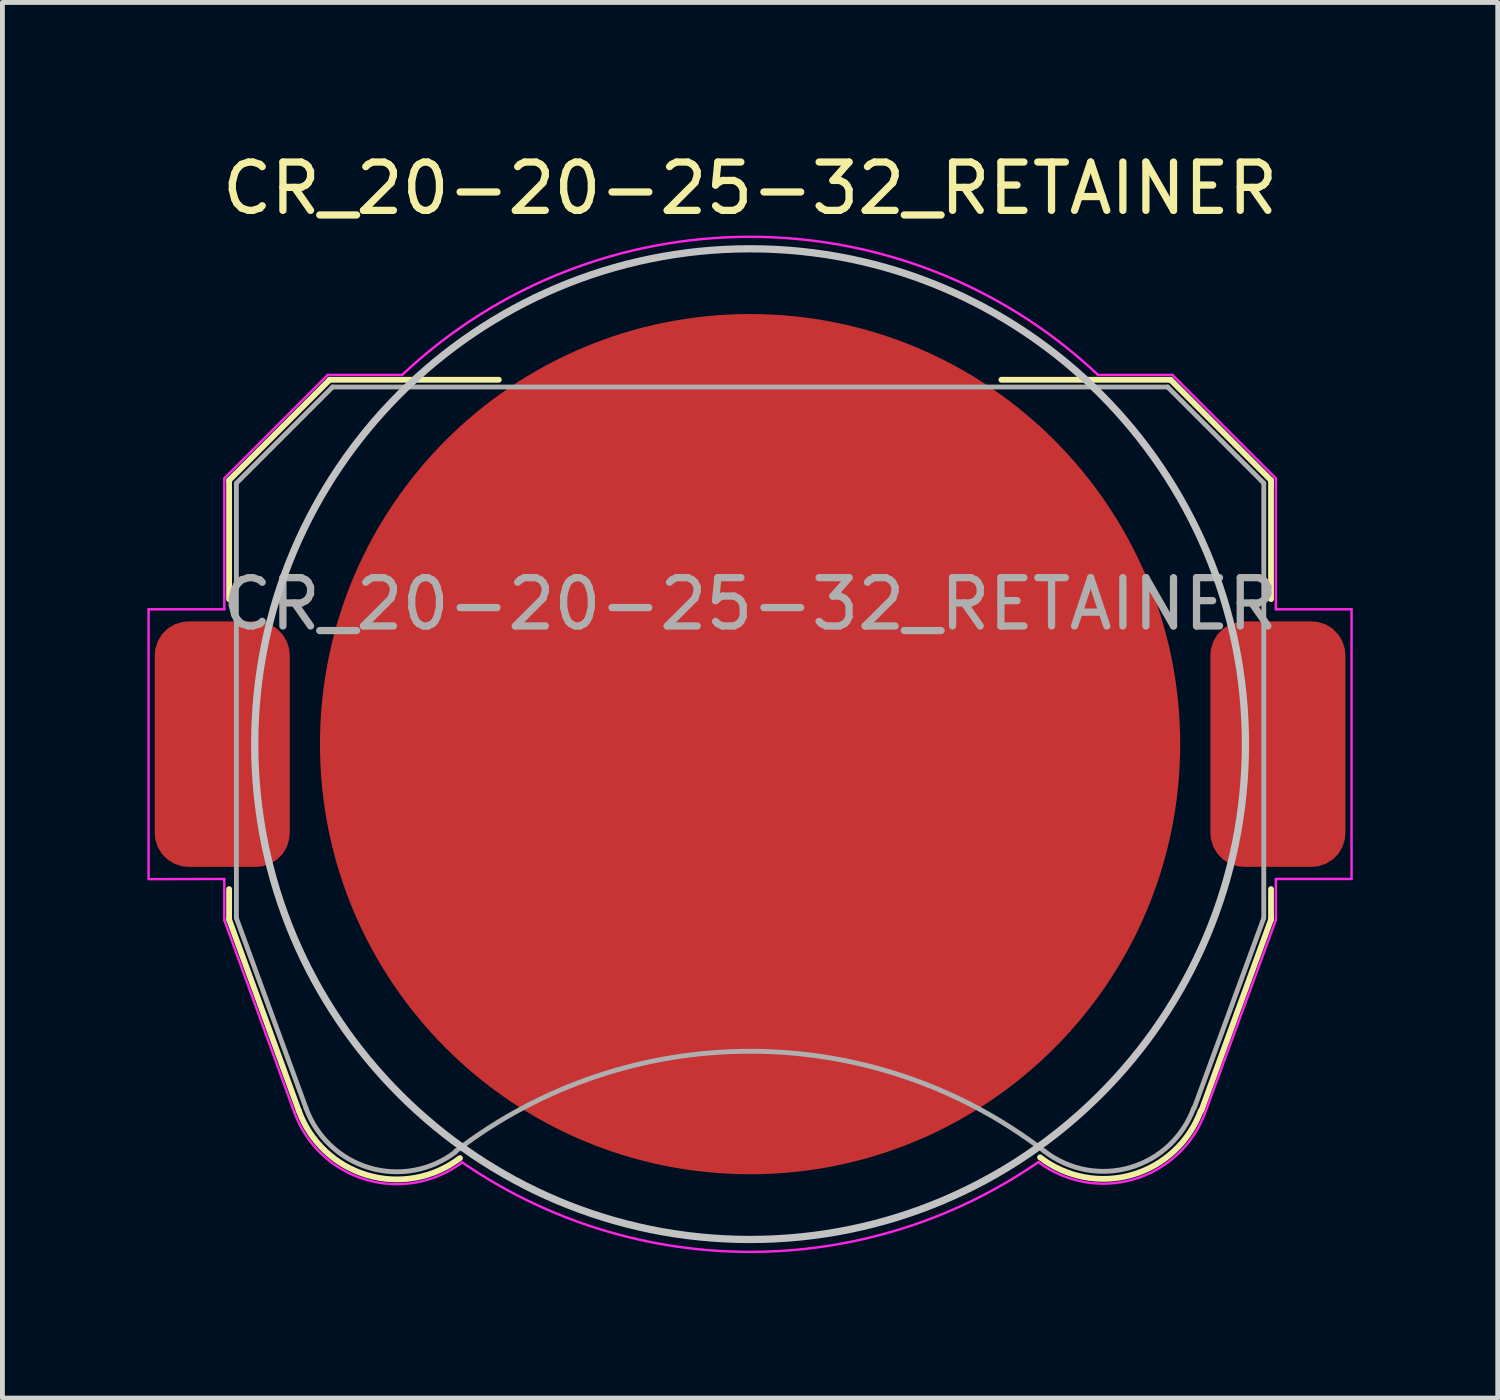
<source format=kicad_pcb>
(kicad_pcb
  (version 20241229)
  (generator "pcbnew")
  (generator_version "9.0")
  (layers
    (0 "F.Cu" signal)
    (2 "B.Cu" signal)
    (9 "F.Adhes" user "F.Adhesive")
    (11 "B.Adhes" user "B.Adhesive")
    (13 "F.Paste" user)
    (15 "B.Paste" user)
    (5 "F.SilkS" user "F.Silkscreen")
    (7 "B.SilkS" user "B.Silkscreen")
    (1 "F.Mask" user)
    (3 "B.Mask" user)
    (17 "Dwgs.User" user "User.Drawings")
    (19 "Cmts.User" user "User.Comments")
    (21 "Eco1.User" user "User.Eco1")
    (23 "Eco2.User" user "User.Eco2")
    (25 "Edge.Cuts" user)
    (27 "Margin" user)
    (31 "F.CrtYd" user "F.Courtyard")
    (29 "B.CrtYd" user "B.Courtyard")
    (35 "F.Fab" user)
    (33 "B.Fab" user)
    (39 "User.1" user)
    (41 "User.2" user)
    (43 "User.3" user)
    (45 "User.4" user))
  (footprint "CR_20-20-25-32_RETAINER"
    (layer "F.Cu")
    (at 12.471 12.348)
    (property "Reference" "CR_20-20-25-32_RETAINER" (at 0 -11.5 0) (layer "F.SilkS") (effects (font (size 1 1) (thickness 0.15))))
    (attr smd)
    (fp_line (start -10.78 -5.46) (end -10.78 -3) (stroke (width 0.12) (type solid)) (layer "F.SilkS"))
    (fp_line (start -10.78 3) (end -10.78 3.63) (stroke (width 0.12) (type solid)) (layer "F.SilkS"))
    (fp_line (start -10.78 3.63) (end -9.34 7.58) (stroke (width 0.12) (type solid)) (layer "F.SilkS"))
    (fp_line (start -8.7 -7.54) (end -10.78 -5.46) (stroke (width 0.12) (type solid)) (layer "F.SilkS"))
    (fp_line (start -5.2 -7.54) (end -8.7 -7.54) (stroke (width 0.12) (type solid)) (layer "F.SilkS"))
    (fp_line (start 8.7 -7.54) (end 5.2 -7.54) (stroke (width 0.12) (type solid)) (layer "F.SilkS"))
    (fp_line (start 8.7 -7.54) (end 10.78 -5.46) (stroke (width 0.12) (type solid)) (layer "F.SilkS"))
    (fp_line (start 10.78 -5.46) (end 10.78 -3) (stroke (width 0.12) (type solid)) (layer "F.SilkS"))
    (fp_line (start 10.78 3) (end 10.78 3.63) (stroke (width 0.12) (type solid)) (layer "F.SilkS"))
    (fp_line (start 10.78 3.63) (end 9.34 7.58) (stroke (width 0.12) (type solid)) (layer "F.SilkS"))
    (fp_arc (start -6.003354 8.56653) (mid -7.921654 8.918738) (end -9.34 7.58) (stroke (width 0.12) (type solid)) (layer "F.SilkS"))
    (fp_arc (start 9.325243 7.588169) (mid 7.90634 8.911668) (end 6 8.55) (stroke (width 0.12) (type solid)) (layer "F.SilkS"))
    (fp_circle (center 0 0) (end 0 10.25) (stroke (width 0.15) (type solid)) (fill no) (layer "Dwgs.User"))
    (fp_line (start -12.446 -2.794) (end -12.446 2.786) (stroke (width 0.05) (type solid)) (layer "F.CrtYd"))
    (fp_line (start -12.446 2.794) (end -10.88 2.79) (stroke (width 0.05) (type solid)) (layer "F.CrtYd"))
    (fp_line (start -10.88 -5.5) (end -10.88 -2.79) (stroke (width 0.05) (type solid)) (layer "F.CrtYd"))
    (fp_line (start -10.88 -2.79) (end -12.446 -2.79) (stroke (width 0.05) (type solid)) (layer "F.CrtYd"))
    (fp_line (start -10.88 2.79) (end -10.88 3.64) (stroke (width 0.05) (type solid)) (layer "F.CrtYd"))
    (fp_line (start -10.88 3.64) (end -9.43 7.62) (stroke (width 0.05) (type solid)) (layer "F.CrtYd"))
    (fp_line (start -8.74 -7.64) (end -10.88 -5.5) (stroke (width 0.05) (type solid)) (layer "F.CrtYd"))
    (fp_line (start -7.2 -7.64) (end -8.74 -7.64) (stroke (width 0.05) (type solid)) (layer "F.CrtYd"))
    (fp_line (start 8.74 -7.64) (end 7.2 -7.64) (stroke (width 0.05) (type solid)) (layer "F.CrtYd"))
    (fp_line (start 9.411 7.643) (end 10.88 3.64) (stroke (width 0.05) (type solid)) (layer "F.CrtYd"))
    (fp_line (start 10.88 -5.5) (end 8.74 -7.64) (stroke (width 0.05) (type solid)) (layer "F.CrtYd"))
    (fp_line (start 10.88 -2.79) (end 10.88 -5.5) (stroke (width 0.05) (type solid)) (layer "F.CrtYd"))
    (fp_line (start 10.88 2.79) (end 12.446 2.79) (stroke (width 0.05) (type solid)) (layer "F.CrtYd"))
    (fp_line (start 10.88 3.64) (end 10.88 2.79) (stroke (width 0.05) (type solid)) (layer "F.CrtYd"))
    (fp_line (start 12.446 -2.79) (end 10.88 -2.79) (stroke (width 0.05) (type solid)) (layer "F.CrtYd"))
    (fp_line (start 12.446 2.786) (end 12.446 -2.794) (stroke (width 0.05) (type solid)) (layer "F.CrtYd"))
    (fp_arc (start -7.199546 -7.640427) (mid 0.000312 -10.498075) (end 7.2 -7.64) (stroke (width 0.05) (type solid)) (layer "F.CrtYd"))
    (fp_arc (start -5.956965 8.654604) (mid -7.953941 9.011629) (end -9.43 7.62) (stroke (width 0.05) (type solid)) (layer "F.CrtYd"))
    (fp_arc (start 5.965851 8.648481) (mid 0.005396 10.506549) (end -5.956965 8.654604) (stroke (width 0.05) (type solid)) (layer "F.CrtYd"))
    (fp_arc (start 9.410736 7.642578) (mid 7.939338 9.005274) (end 5.965851 8.648481) (stroke (width 0.05) (type solid)) (layer "F.CrtYd"))
    (fp_line (start -10.63 -5.4) (end -8.64 -7.39) (stroke (width 0.1) (type solid)) (layer "F.Fab"))
    (fp_line (start -10.63 3.6) (end -10.63 -5.4) (stroke (width 0.1) (type solid)) (layer "F.Fab"))
    (fp_line (start -9.19 7.53) (end -10.63 3.6) (stroke (width 0.1) (type solid)) (layer "F.Fab"))
    (fp_line (start -8.64 -7.39) (end 8.64 -7.39) (stroke (width 0.1) (type solid)) (layer "F.Fab"))
    (fp_line (start 8.64 -7.39) (end 10.63 -5.4) (stroke (width 0.1) (type solid)) (layer "F.Fab"))
    (fp_line (start 10.63 -5.4) (end 10.63 3.6) (stroke (width 0.1) (type solid)) (layer "F.Fab"))
    (fp_line (start 10.63 3.6) (end 9.19 7.53) (stroke (width 0.1) (type solid)) (layer "F.Fab"))
    (fp_arc (start -6.096146 8.438508) (mid -7.87328 8.768206) (end -9.19 7.53) (stroke (width 0.1) (type solid)) (layer "F.Fab"))
    (fp_arc (start -6.094852 8.426043) (mid 0.003247 6.355257) (end 6.1 8.43) (stroke (width 0.1) (type solid)) (layer "F.Fab"))
    (fp_arc (start 9.180727 7.528882) (mid 7.868698 8.760067) (end 6.1 8.43) (stroke (width 0.1) (type solid)) (layer "F.Fab"))
    (fp_text user "${REFERENCE}" (at 0 -2.9 0) (layer "F.Fab") (effects (font (size 1 1) (thickness 0.15))))
    (pad "1" smd roundrect (at -10.922 0) (size 2.794 5.08) (layers "F.Cu" "F.Mask" "F.Paste") (roundrect_rratio 0.25))
    (pad "1" smd roundrect (at 10.922 0) (size 2.794 5.08) (layers "F.Cu" "F.Mask" "F.Paste") (roundrect_rratio 0.25))
    (pad "2" smd circle (at 0 0) (size 17.8 17.8) (layers "F.Cu" "F.Mask")))
  (gr_rect
    (start -3 -3)
    (end 27.942 25.88)
    (stroke (width 0.1) (type default))
    (fill no)
    (layer "Edge.Cuts")))
</source>
